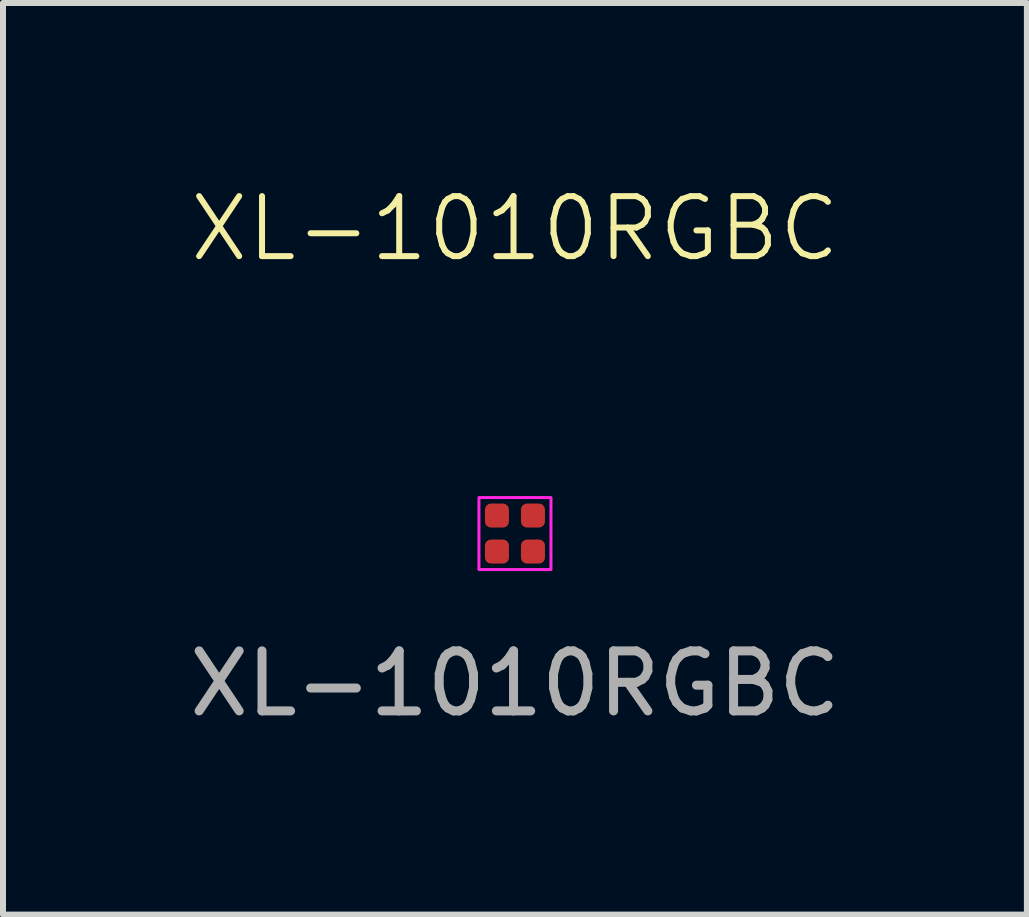
<source format=kicad_pcb>
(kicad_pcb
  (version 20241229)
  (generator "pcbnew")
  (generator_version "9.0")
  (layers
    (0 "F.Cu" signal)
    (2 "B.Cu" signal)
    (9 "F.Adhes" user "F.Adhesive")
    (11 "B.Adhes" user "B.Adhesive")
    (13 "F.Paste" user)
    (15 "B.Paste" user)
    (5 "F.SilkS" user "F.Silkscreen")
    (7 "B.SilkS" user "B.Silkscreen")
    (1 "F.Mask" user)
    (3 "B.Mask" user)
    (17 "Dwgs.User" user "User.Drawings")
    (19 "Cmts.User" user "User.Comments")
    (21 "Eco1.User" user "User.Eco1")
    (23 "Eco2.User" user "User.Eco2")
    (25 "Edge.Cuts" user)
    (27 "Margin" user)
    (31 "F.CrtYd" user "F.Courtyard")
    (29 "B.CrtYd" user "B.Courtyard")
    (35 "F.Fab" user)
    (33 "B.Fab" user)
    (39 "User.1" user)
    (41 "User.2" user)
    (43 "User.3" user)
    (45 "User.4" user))
  (footprint "XL-1010RGBC"
    (layer "F.Cu")
    (at 5.53 5.84)
    (property "Reference" "XL-1010RGBC" (at 0 -5.08 0) (unlocked yes) (layer "F.SilkS") (effects (font (size 1 1) (thickness 0.1))))
    (attr smd)
    (fp_rect (start -0.6 -0.6) (end 0.6 0.6) (stroke (width 0.05) (type default)) (fill no) (layer "F.CrtYd"))
    (fp_text user "${REFERENCE}" (at 0 2.5 0) (unlocked yes) (layer "F.Fab") (effects (font (size 1 1) (thickness 0.15))))
    (pad "1" smd roundrect (at 0.3 -0.3) (size 0.4 0.4) (layers "F.Cu" "F.Mask" "F.Paste") (roundrect_rratio 0.25))
    (pad "2" smd roundrect (at -0.3 -0.3) (size 0.4 0.4) (layers "F.Cu" "F.Mask" "F.Paste") (roundrect_rratio 0.25))
    (pad "3" smd roundrect (at -0.3 0.3) (size 0.4 0.4) (layers "F.Cu" "F.Mask" "F.Paste") (roundrect_rratio 0.25))
    (pad "4" smd roundrect (at 0.3 0.3) (size 0.4 0.4) (layers "F.Cu" "F.Mask" "F.Paste") (roundrect_rratio 0.25)))
  (gr_rect
    (start -3 -3)
    (end 14.06 12.189)
    (stroke (width 0.1) (type default))
    (fill no)
    (layer "Edge.Cuts")))
</source>
